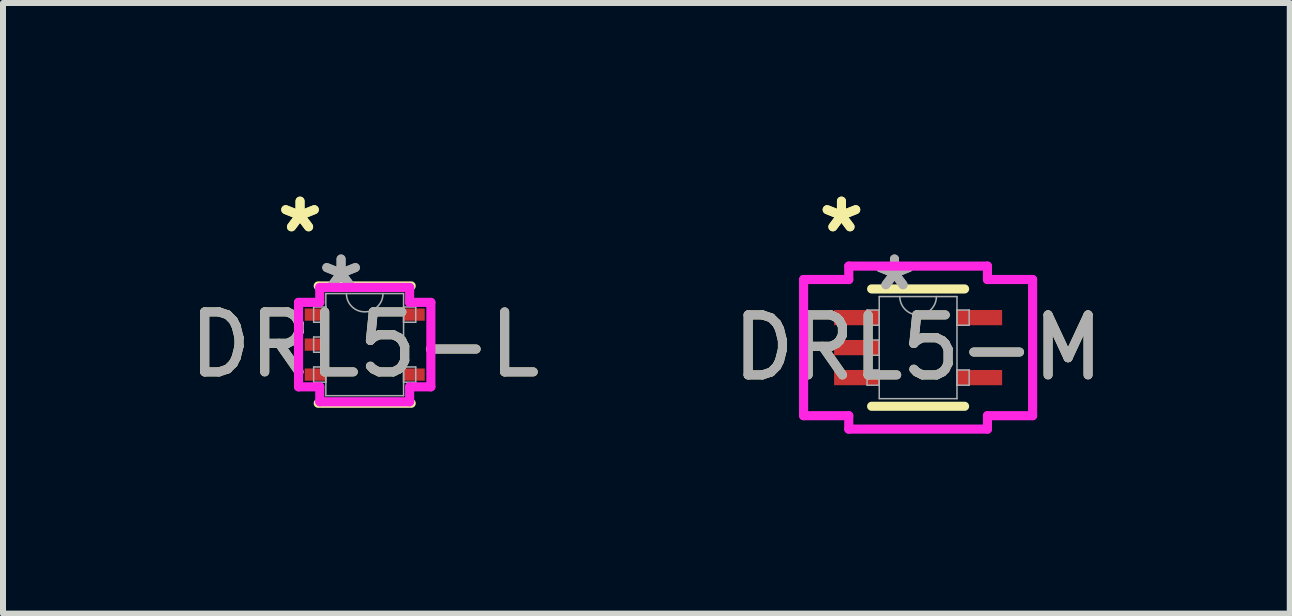
<source format=kicad_pcb>
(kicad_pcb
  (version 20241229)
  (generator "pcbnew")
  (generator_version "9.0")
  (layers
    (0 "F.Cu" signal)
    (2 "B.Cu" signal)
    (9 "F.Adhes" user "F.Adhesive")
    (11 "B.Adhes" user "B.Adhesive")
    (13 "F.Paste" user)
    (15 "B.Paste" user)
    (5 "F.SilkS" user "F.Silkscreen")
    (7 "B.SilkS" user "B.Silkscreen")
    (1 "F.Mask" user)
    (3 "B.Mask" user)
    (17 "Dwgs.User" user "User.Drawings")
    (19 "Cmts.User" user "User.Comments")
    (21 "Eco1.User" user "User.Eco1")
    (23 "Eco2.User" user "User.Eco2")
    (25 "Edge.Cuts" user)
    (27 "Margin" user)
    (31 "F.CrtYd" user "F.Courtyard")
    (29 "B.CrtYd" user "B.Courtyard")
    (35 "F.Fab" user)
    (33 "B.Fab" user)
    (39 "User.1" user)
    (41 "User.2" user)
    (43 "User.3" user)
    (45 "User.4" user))
  (footprint "DRL5-L"
    (layer "F.Cu")
    (at 3.03 2.695)
    (property "Reference" "DRL5-L" (at 0 0 0) (unlocked yes) (layer "F.SilkS") (effects (font (size 1 1) (thickness 0.15))))
    (attr smd)
    (fp_line (start -0.775 0.978) (end 0.775 0.978) (stroke (width 0.152) (type solid)) (layer "F.SilkS"))
    (fp_line (start 0.775 -0.978) (end -0.775 -0.978) (stroke (width 0.152) (type solid)) (layer "F.SilkS"))
    (fp_line (start -1.103 -0.704) (end -0.749 -0.704) (stroke (width 0.152) (type solid)) (layer "F.CrtYd"))
    (fp_line (start -1.103 0.704) (end -1.103 -0.704) (stroke (width 0.152) (type solid)) (layer "F.CrtYd"))
    (fp_line (start -0.749 -0.953) (end 0.749 -0.953) (stroke (width 0.152) (type solid)) (layer "F.CrtYd"))
    (fp_line (start -0.749 -0.704) (end -0.749 -0.953) (stroke (width 0.152) (type solid)) (layer "F.CrtYd"))
    (fp_line (start -0.749 0.704) (end -1.103 0.704) (stroke (width 0.152) (type solid)) (layer "F.CrtYd"))
    (fp_line (start -0.749 0.953) (end -0.749 0.704) (stroke (width 0.152) (type solid)) (layer "F.CrtYd"))
    (fp_line (start 0.749 -0.953) (end 0.749 -0.704) (stroke (width 0.152) (type solid)) (layer "F.CrtYd"))
    (fp_line (start 0.749 -0.704) (end 1.103 -0.704) (stroke (width 0.152) (type solid)) (layer "F.CrtYd"))
    (fp_line (start 0.749 0.704) (end 0.749 0.953) (stroke (width 0.152) (type solid)) (layer "F.CrtYd"))
    (fp_line (start 0.749 0.953) (end -0.749 0.953) (stroke (width 0.152) (type solid)) (layer "F.CrtYd"))
    (fp_line (start 1.103 -0.704) (end 1.103 0.704) (stroke (width 0.152) (type solid)) (layer "F.CrtYd"))
    (fp_line (start 1.103 0.704) (end 0.749 0.704) (stroke (width 0.152) (type solid)) (layer "F.CrtYd"))
    (fp_line (start -0.851 -0.627) (end -0.851 -0.373) (stroke (width 0.025) (type solid)) (layer "F.Fab"))
    (fp_line (start -0.851 -0.373) (end -0.648 -0.373) (stroke (width 0.025) (type solid)) (layer "F.Fab"))
    (fp_line (start -0.851 -0.127) (end -0.851 0.127) (stroke (width 0.025) (type solid)) (layer "F.Fab"))
    (fp_line (start -0.851 0.127) (end -0.648 0.127) (stroke (width 0.025) (type solid)) (layer "F.Fab"))
    (fp_line (start -0.851 0.373) (end -0.851 0.627) (stroke (width 0.025) (type solid)) (layer "F.Fab"))
    (fp_line (start -0.851 0.627) (end -0.648 0.627) (stroke (width 0.025) (type solid)) (layer "F.Fab"))
    (fp_line (start -0.648 -0.851) (end -0.648 0.851) (stroke (width 0.025) (type solid)) (layer "F.Fab"))
    (fp_line (start -0.648 -0.627) (end -0.851 -0.627) (stroke (width 0.025) (type solid)) (layer "F.Fab"))
    (fp_line (start -0.648 -0.373) (end -0.648 -0.627) (stroke (width 0.025) (type solid)) (layer "F.Fab"))
    (fp_line (start -0.648 -0.127) (end -0.851 -0.127) (stroke (width 0.025) (type solid)) (layer "F.Fab"))
    (fp_line (start -0.648 0.127) (end -0.648 -0.127) (stroke (width 0.025) (type solid)) (layer "F.Fab"))
    (fp_line (start -0.648 0.373) (end -0.851 0.373) (stroke (width 0.025) (type solid)) (layer "F.Fab"))
    (fp_line (start -0.648 0.627) (end -0.648 0.373) (stroke (width 0.025) (type solid)) (layer "F.Fab"))
    (fp_line (start -0.648 0.851) (end 0.648 0.851) (stroke (width 0.025) (type solid)) (layer "F.Fab"))
    (fp_line (start 0.648 -0.851) (end -0.648 -0.851) (stroke (width 0.025) (type solid)) (layer "F.Fab"))
    (fp_line (start 0.648 -0.627) (end 0.648 -0.373) (stroke (width 0.025) (type solid)) (layer "F.Fab"))
    (fp_line (start 0.648 -0.373) (end 0.851 -0.373) (stroke (width 0.025) (type solid)) (layer "F.Fab"))
    (fp_line (start 0.648 0.373) (end 0.648 0.627) (stroke (width 0.025) (type solid)) (layer "F.Fab"))
    (fp_line (start 0.648 0.627) (end 0.851 0.627) (stroke (width 0.025) (type solid)) (layer "F.Fab"))
    (fp_line (start 0.648 0.851) (end 0.648 -0.851) (stroke (width 0.025) (type solid)) (layer "F.Fab"))
    (fp_line (start 0.851 -0.627) (end 0.648 -0.627) (stroke (width 0.025) (type solid)) (layer "F.Fab"))
    (fp_line (start 0.851 -0.373) (end 0.851 -0.627) (stroke (width 0.025) (type solid)) (layer "F.Fab"))
    (fp_line (start 0.851 0.373) (end 0.648 0.373) (stroke (width 0.025) (type solid)) (layer "F.Fab"))
    (fp_line (start 0.851 0.627) (end 0.851 0.373) (stroke (width 0.025) (type solid)) (layer "F.Fab"))
    (fp_arc (start 0.3048 -0.8509) (mid 0 -0.5461) (end -0.3048 -0.8509) (stroke (width 0.0254) (type solid)) (layer "F.Fab"))
    (fp_text user "*" (at -1.078 -1.847 0) (layer "F.SilkS") (effects (font (size 1 1) (thickness 0.15))))
    (fp_text user "*" (at -1.078 -1.847 0) (unlocked yes) (layer "F.SilkS") (effects (font (size 1 1) (thickness 0.15))))
    (fp_text user "*" (at -0.394 -0.882 0) (unlocked yes) (layer "F.Fab") (effects (font (size 1 1) (thickness 0.15))))
    (fp_text user "${REFERENCE}" (at 0 0 0) (unlocked yes) (layer "F.Fab") (effects (font (size 1 1) (thickness 0.15))))
    (fp_text user "*" (at -0.394 -0.882 0) (layer "F.Fab") (effects (font (size 1 1) (thickness 0.15))))
    (pad "1" smd rect (at -0.824 -0.5) (size 0.353 0.204) (layers "F.Cu" "F.Mask" "F.Paste"))
    (pad "2" smd rect (at -0.824 0) (size 0.353 0.204) (layers "F.Cu" "F.Mask" "F.Paste"))
    (pad "3" smd rect (at -0.824 0.5) (size 0.353 0.204) (layers "F.Cu" "F.Mask" "F.Paste"))
    (pad "4" smd rect (at 0.824 0.5) (size 0.353 0.204) (layers "F.Cu" "F.Mask" "F.Paste"))
    (pad "5" smd rect (at 0.824 -0.5) (size 0.353 0.204) (layers "F.Cu" "F.Mask" "F.Paste")))
  (footprint "DRL5-M"
    (layer "F.Cu")
    (at 12.256 2.745)
    (property "Reference" "DRL5-M" (at 0 0 0) (unlocked yes) (layer "F.SilkS") (effects (font (size 1 1) (thickness 0.15))))
    (attr smd)
    (fp_line (start -0.775 0.978) (end 0.775 0.978) (stroke (width 0.152) (type solid)) (layer "F.SilkS"))
    (fp_line (start 0.775 -0.978) (end -0.775 -0.978) (stroke (width 0.152) (type solid)) (layer "F.SilkS"))
    (fp_line (start -1.909 -1.135) (end -1.156 -1.135) (stroke (width 0.152) (type solid)) (layer "F.CrtYd"))
    (fp_line (start -1.909 1.135) (end -1.909 -1.135) (stroke (width 0.152) (type solid)) (layer "F.CrtYd"))
    (fp_line (start -1.156 -1.359) (end 1.156 -1.359) (stroke (width 0.152) (type solid)) (layer "F.CrtYd"))
    (fp_line (start -1.156 -1.135) (end -1.156 -1.359) (stroke (width 0.152) (type solid)) (layer "F.CrtYd"))
    (fp_line (start -1.156 1.135) (end -1.909 1.135) (stroke (width 0.152) (type solid)) (layer "F.CrtYd"))
    (fp_line (start -1.156 1.359) (end -1.156 1.135) (stroke (width 0.152) (type solid)) (layer "F.CrtYd"))
    (fp_line (start 1.156 -1.359) (end 1.156 -1.135) (stroke (width 0.152) (type solid)) (layer "F.CrtYd"))
    (fp_line (start 1.156 -1.135) (end 1.909 -1.135) (stroke (width 0.152) (type solid)) (layer "F.CrtYd"))
    (fp_line (start 1.156 1.135) (end 1.156 1.359) (stroke (width 0.152) (type solid)) (layer "F.CrtYd"))
    (fp_line (start 1.156 1.359) (end -1.156 1.359) (stroke (width 0.152) (type solid)) (layer "F.CrtYd"))
    (fp_line (start 1.909 -1.135) (end 1.909 1.135) (stroke (width 0.152) (type solid)) (layer "F.CrtYd"))
    (fp_line (start 1.909 1.135) (end 1.156 1.135) (stroke (width 0.152) (type solid)) (layer "F.CrtYd"))
    (fp_line (start -0.851 -0.627) (end -0.851 -0.373) (stroke (width 0.025) (type solid)) (layer "F.Fab"))
    (fp_line (start -0.851 -0.373) (end -0.648 -0.373) (stroke (width 0.025) (type solid)) (layer "F.Fab"))
    (fp_line (start -0.851 -0.127) (end -0.851 0.127) (stroke (width 0.025) (type solid)) (layer "F.Fab"))
    (fp_line (start -0.851 0.127) (end -0.648 0.127) (stroke (width 0.025) (type solid)) (layer "F.Fab"))
    (fp_line (start -0.851 0.373) (end -0.851 0.627) (stroke (width 0.025) (type solid)) (layer "F.Fab"))
    (fp_line (start -0.851 0.627) (end -0.648 0.627) (stroke (width 0.025) (type solid)) (layer "F.Fab"))
    (fp_line (start -0.648 -0.851) (end -0.648 0.851) (stroke (width 0.025) (type solid)) (layer "F.Fab"))
    (fp_line (start -0.648 -0.627) (end -0.851 -0.627) (stroke (width 0.025) (type solid)) (layer "F.Fab"))
    (fp_line (start -0.648 -0.373) (end -0.648 -0.627) (stroke (width 0.025) (type solid)) (layer "F.Fab"))
    (fp_line (start -0.648 -0.127) (end -0.851 -0.127) (stroke (width 0.025) (type solid)) (layer "F.Fab"))
    (fp_line (start -0.648 0.127) (end -0.648 -0.127) (stroke (width 0.025) (type solid)) (layer "F.Fab"))
    (fp_line (start -0.648 0.373) (end -0.851 0.373) (stroke (width 0.025) (type solid)) (layer "F.Fab"))
    (fp_line (start -0.648 0.627) (end -0.648 0.373) (stroke (width 0.025) (type solid)) (layer "F.Fab"))
    (fp_line (start -0.648 0.851) (end 0.648 0.851) (stroke (width 0.025) (type solid)) (layer "F.Fab"))
    (fp_line (start 0.648 -0.851) (end -0.648 -0.851) (stroke (width 0.025) (type solid)) (layer "F.Fab"))
    (fp_line (start 0.648 -0.627) (end 0.648 -0.373) (stroke (width 0.025) (type solid)) (layer "F.Fab"))
    (fp_line (start 0.648 -0.373) (end 0.851 -0.373) (stroke (width 0.025) (type solid)) (layer "F.Fab"))
    (fp_line (start 0.648 0.373) (end 0.648 0.627) (stroke (width 0.025) (type solid)) (layer "F.Fab"))
    (fp_line (start 0.648 0.627) (end 0.851 0.627) (stroke (width 0.025) (type solid)) (layer "F.Fab"))
    (fp_line (start 0.648 0.851) (end 0.648 -0.851) (stroke (width 0.025) (type solid)) (layer "F.Fab"))
    (fp_line (start 0.851 -0.627) (end 0.648 -0.627) (stroke (width 0.025) (type solid)) (layer "F.Fab"))
    (fp_line (start 0.851 -0.373) (end 0.851 -0.627) (stroke (width 0.025) (type solid)) (layer "F.Fab"))
    (fp_line (start 0.851 0.373) (end 0.648 0.373) (stroke (width 0.025) (type solid)) (layer "F.Fab"))
    (fp_line (start 0.851 0.627) (end 0.851 0.373) (stroke (width 0.025) (type solid)) (layer "F.Fab"))
    (fp_arc (start 0.3048 -0.8509) (mid 0 -0.5461) (end -0.3048 -0.8509) (stroke (width 0.0254) (type solid)) (layer "F.Fab"))
    (fp_text user "*" (at -1.278 -1.897 0) (layer "F.SilkS") (effects (font (size 1 1) (thickness 0.15))))
    (fp_text user "*" (at -1.278 -1.897 0) (unlocked yes) (layer "F.SilkS") (effects (font (size 1 1) (thickness 0.15))))
    (fp_text user "*" (at -0.394 -0.932 0) (unlocked yes) (layer "F.Fab") (effects (font (size 1 1) (thickness 0.15))))
    (fp_text user "${REFERENCE}" (at 0 0 0) (unlocked yes) (layer "F.Fab") (effects (font (size 1 1) (thickness 0.15))))
    (fp_text user "*" (at -0.394 -0.932 0) (layer "F.Fab") (effects (font (size 1 1) (thickness 0.15))))
    (pad "1" smd rect (at -1.024 -0.5) (size 0.753 0.254) (layers "F.Cu" "F.Mask" "F.Paste"))
    (pad "2" smd rect (at -1.024 0) (size 0.753 0.254) (layers "F.Cu" "F.Mask" "F.Paste"))
    (pad "3" smd rect (at -1.024 0.5) (size 0.753 0.254) (layers "F.Cu" "F.Mask" "F.Paste"))
    (pad "4" smd rect (at 1.024 0.5) (size 0.753 0.254) (layers "F.Cu" "F.Mask" "F.Paste"))
    (pad "5" smd rect (at 1.024 -0.5) (size 0.753 0.254) (layers "F.Cu" "F.Mask" "F.Paste")))
  (gr_rect
    (start -3 -3)
    (end 18.452 7.18)
    (stroke (width 0.1) (type default))
    (fill no)
    (layer "Edge.Cuts")))
</source>
